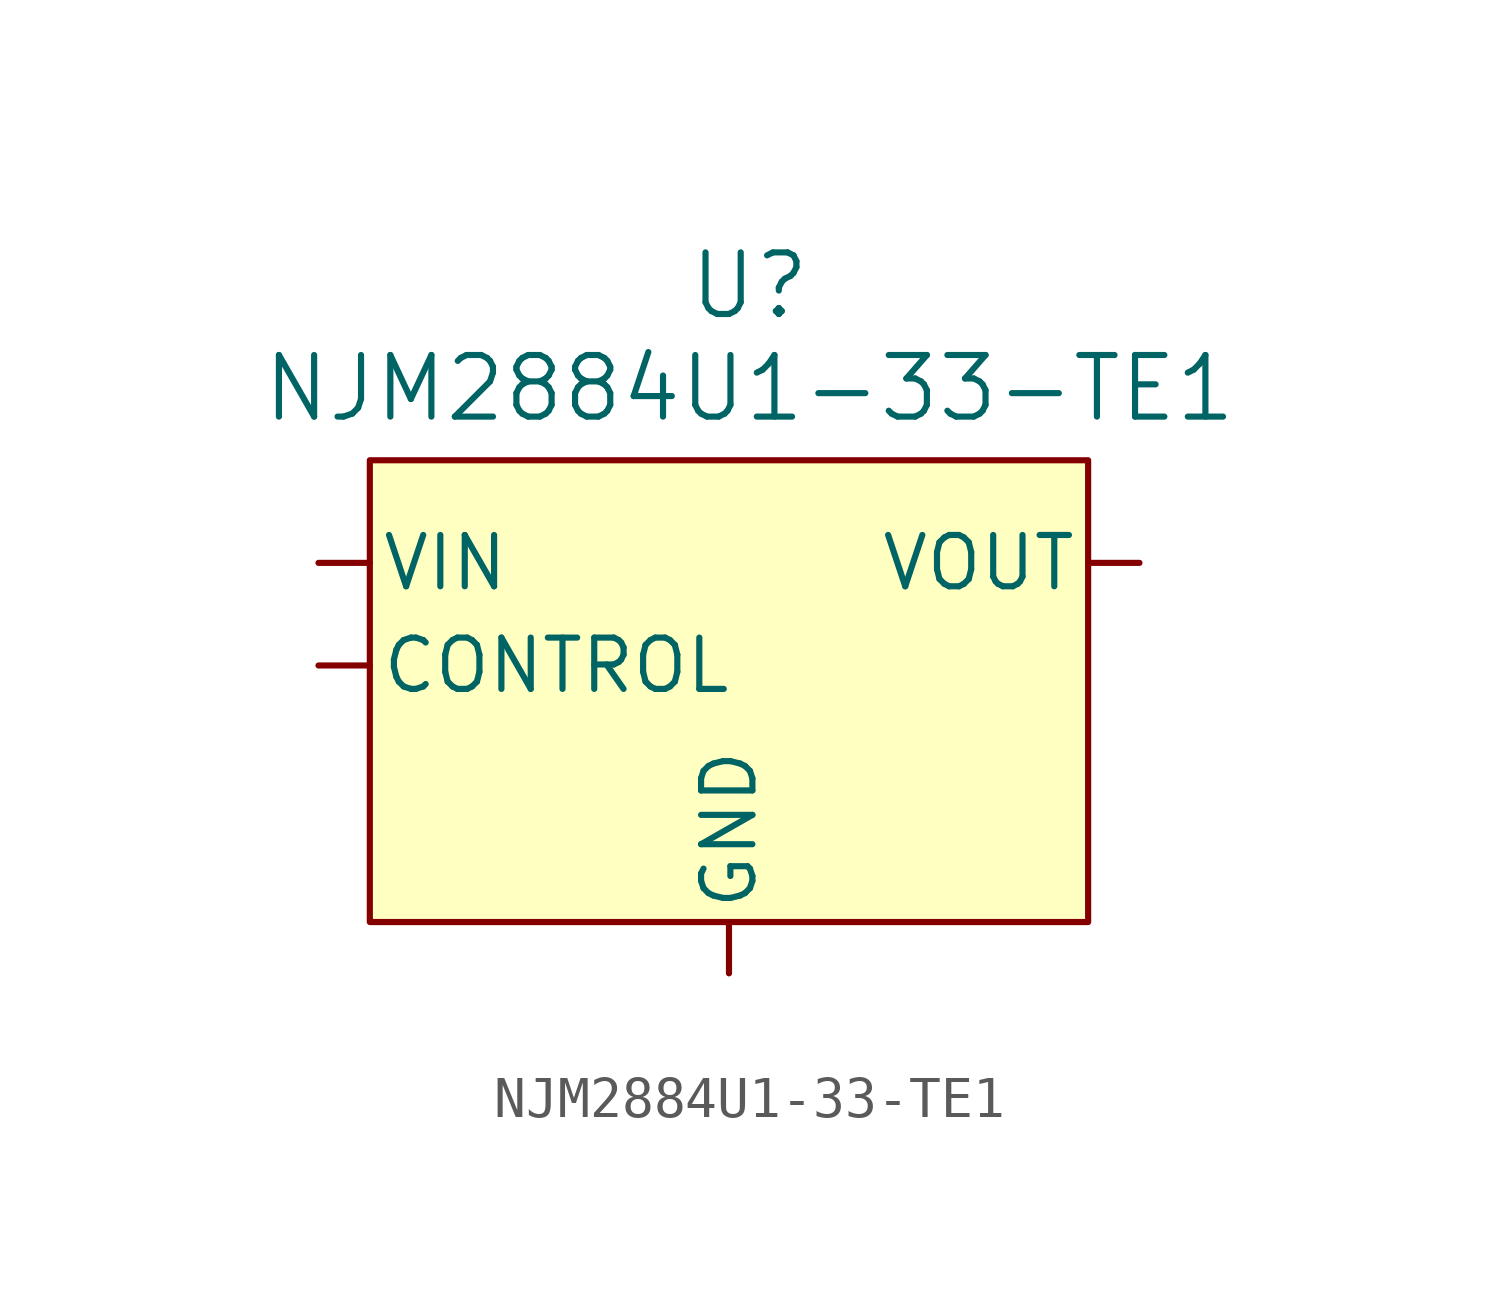
<source format=kicad_sym>
(kicad_symbol_lib
  (version 20241209)
  (generator "kicad_symbol_editor")
  (generator_version "9.0")
  (symbol "NJM2884U1-33-TE1"
    (pin_numbers
      (hide yes))
    (pin_names
      (offset 0.254))
    (property "Reference" "U"
      (at 10.668 6.858 0)
      (effects (font (size 1.524 1.524))))
    (property "Value" "NJM2884U1-33-TE1"
      (at 10.668 4.318 0)
      (effects (font (size 1.524 1.524))))
    (symbol "NJM2884U1-33-TE1_0_1"
      (rectangle (start 1.27 2.54) (end 19.05 -8.89) (stroke (width 0) (type default)) (fill (type background)))
      (pin power_in line (at 0 0 0) (length 1.27) (name "VIN" (effects (font (size 1.27 1.27)))) (number "5" (effects (font (size 1.27 1.27)))))
      (pin unspecified line (at 0 -2.54 0) (length 1.27) (name "CONTROL" (effects (font (size 1.27 1.27)))) (number "1" (effects (font (size 1.27 1.27)))))
      (pin power_out line (at 10.16 -10.16 90) (length 1.27) (name "GND" (effects (font (size 1.27 1.27)))) (number "2" (effects (font (size 1.27 1.27))))))
    (symbol "NJM2884U1-33-TE1_1_1"
      (pin no_connect line (at 15.24 -10.16 90) (length 1.27) (hide yes) (name "NC" (effects (font (size 1.27 1.27)))) (number "3" (effects (font (size 1.27 1.27)))))
      (pin power_out line (at 20.32 0 180) (length 1.27) (name "VOUT" (effects (font (size 1.27 1.27)))) (number "4" (effects (font (size 1.27 1.27))))))))
</source>
